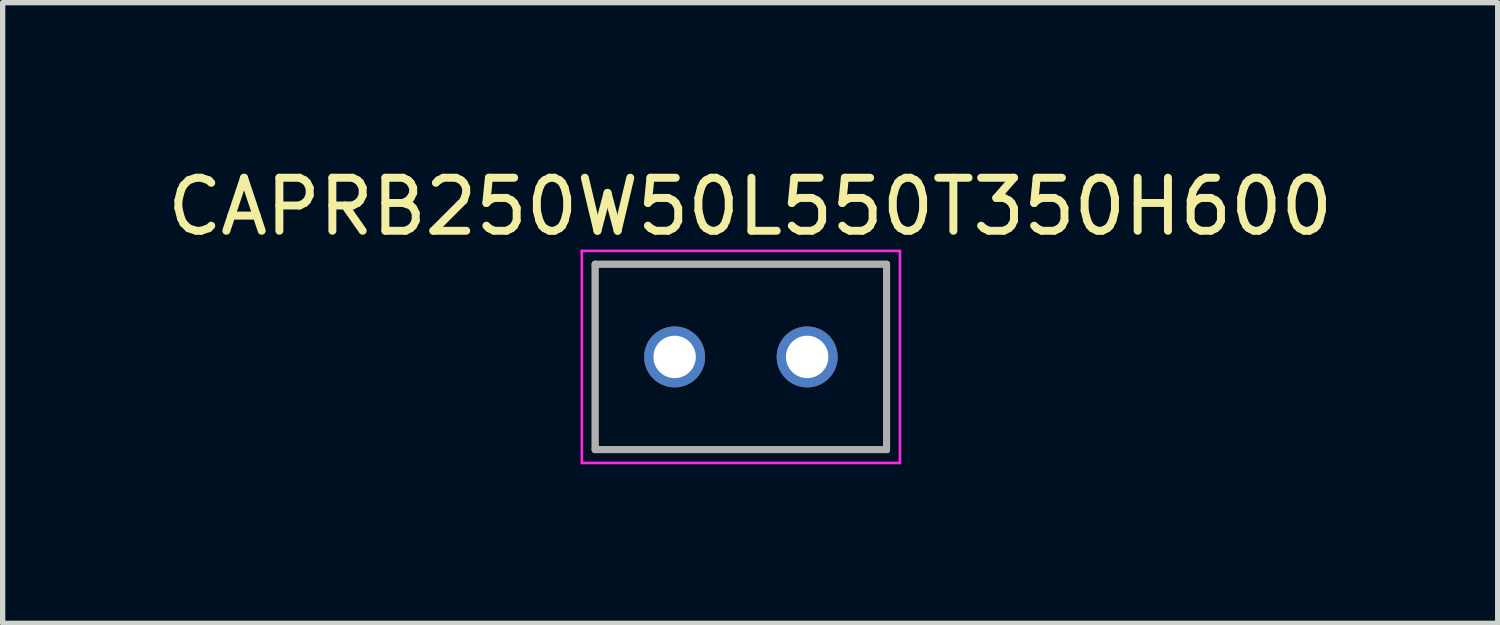
<source format=kicad_pcb>
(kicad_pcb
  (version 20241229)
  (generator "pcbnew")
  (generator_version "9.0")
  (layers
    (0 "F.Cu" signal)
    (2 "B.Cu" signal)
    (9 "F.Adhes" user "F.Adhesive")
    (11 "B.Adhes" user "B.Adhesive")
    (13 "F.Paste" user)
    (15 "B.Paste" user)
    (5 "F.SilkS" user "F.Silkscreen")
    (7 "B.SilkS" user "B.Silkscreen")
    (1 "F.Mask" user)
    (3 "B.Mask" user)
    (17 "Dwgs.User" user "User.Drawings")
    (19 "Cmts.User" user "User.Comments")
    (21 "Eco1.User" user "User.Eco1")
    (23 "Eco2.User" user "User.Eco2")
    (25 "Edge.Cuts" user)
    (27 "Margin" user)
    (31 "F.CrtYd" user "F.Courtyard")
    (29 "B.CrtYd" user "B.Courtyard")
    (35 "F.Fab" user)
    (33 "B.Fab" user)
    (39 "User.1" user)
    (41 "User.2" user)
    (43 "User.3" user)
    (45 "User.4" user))
  (footprint "CAPRB250W50L550T350H600"
    (layer "F.Cu")
    (at 10.926 3.683)
    (property "Reference" "CAPRB250W50L550T350H600" (at 0.175 -2.835 0) (layer "F.SilkS") (effects (font (size 1 1) (thickness 0.15))))
    (attr through_hole)
    (fp_line (start -2.75 -1.75) (end -2.75 1.75) (stroke (width 0.127) (type solid)) (layer "F.SilkS"))
    (fp_line (start -2.75 -1.75) (end 2.75 -1.75) (stroke (width 0.127) (type solid)) (layer "F.SilkS"))
    (fp_line (start -2.75 1.75) (end 2.75 1.75) (stroke (width 0.127) (type solid)) (layer "F.SilkS"))
    (fp_line (start 2.75 -1.75) (end 2.75 1.75) (stroke (width 0.127) (type solid)) (layer "F.SilkS"))
    (fp_line (start -3 -2) (end -3 2) (stroke (width 0.05) (type solid)) (layer "F.CrtYd"))
    (fp_line (start -3 -2) (end 3 -2) (stroke (width 0.05) (type solid)) (layer "F.CrtYd"))
    (fp_line (start 3 -2) (end 3 2) (stroke (width 0.05) (type solid)) (layer "F.CrtYd"))
    (fp_line (start 3 2) (end -3 2) (stroke (width 0.05) (type solid)) (layer "F.CrtYd"))
    (fp_line (start -2.75 -1.75) (end -2.75 1.75) (stroke (width 0.127) (type solid)) (layer "F.Fab"))
    (fp_line (start -2.75 -1.75) (end 2.75 -1.75) (stroke (width 0.127) (type solid)) (layer "F.Fab"))
    (fp_line (start 2.75 -1.75) (end 2.75 1.75) (stroke (width 0.127) (type solid)) (layer "F.Fab"))
    (fp_line (start 2.75 1.75) (end -2.75 1.75) (stroke (width 0.127) (type solid)) (layer "F.Fab"))
    (pad "1" thru_hole circle (at -1.25 0) (size 1.15 1.15) (drill 0.8) (layers "*.Cu" "*.Mask"))
    (pad "2" thru_hole circle (at 1.25 0) (size 1.15 1.15) (drill 0.8) (layers "*.Cu" "*.Mask")))
  (gr_rect
    (start -3 -3)
    (end 25.202 8.708)
    (stroke (width 0.1) (type default))
    (fill no)
    (layer "Edge.Cuts")))
</source>
